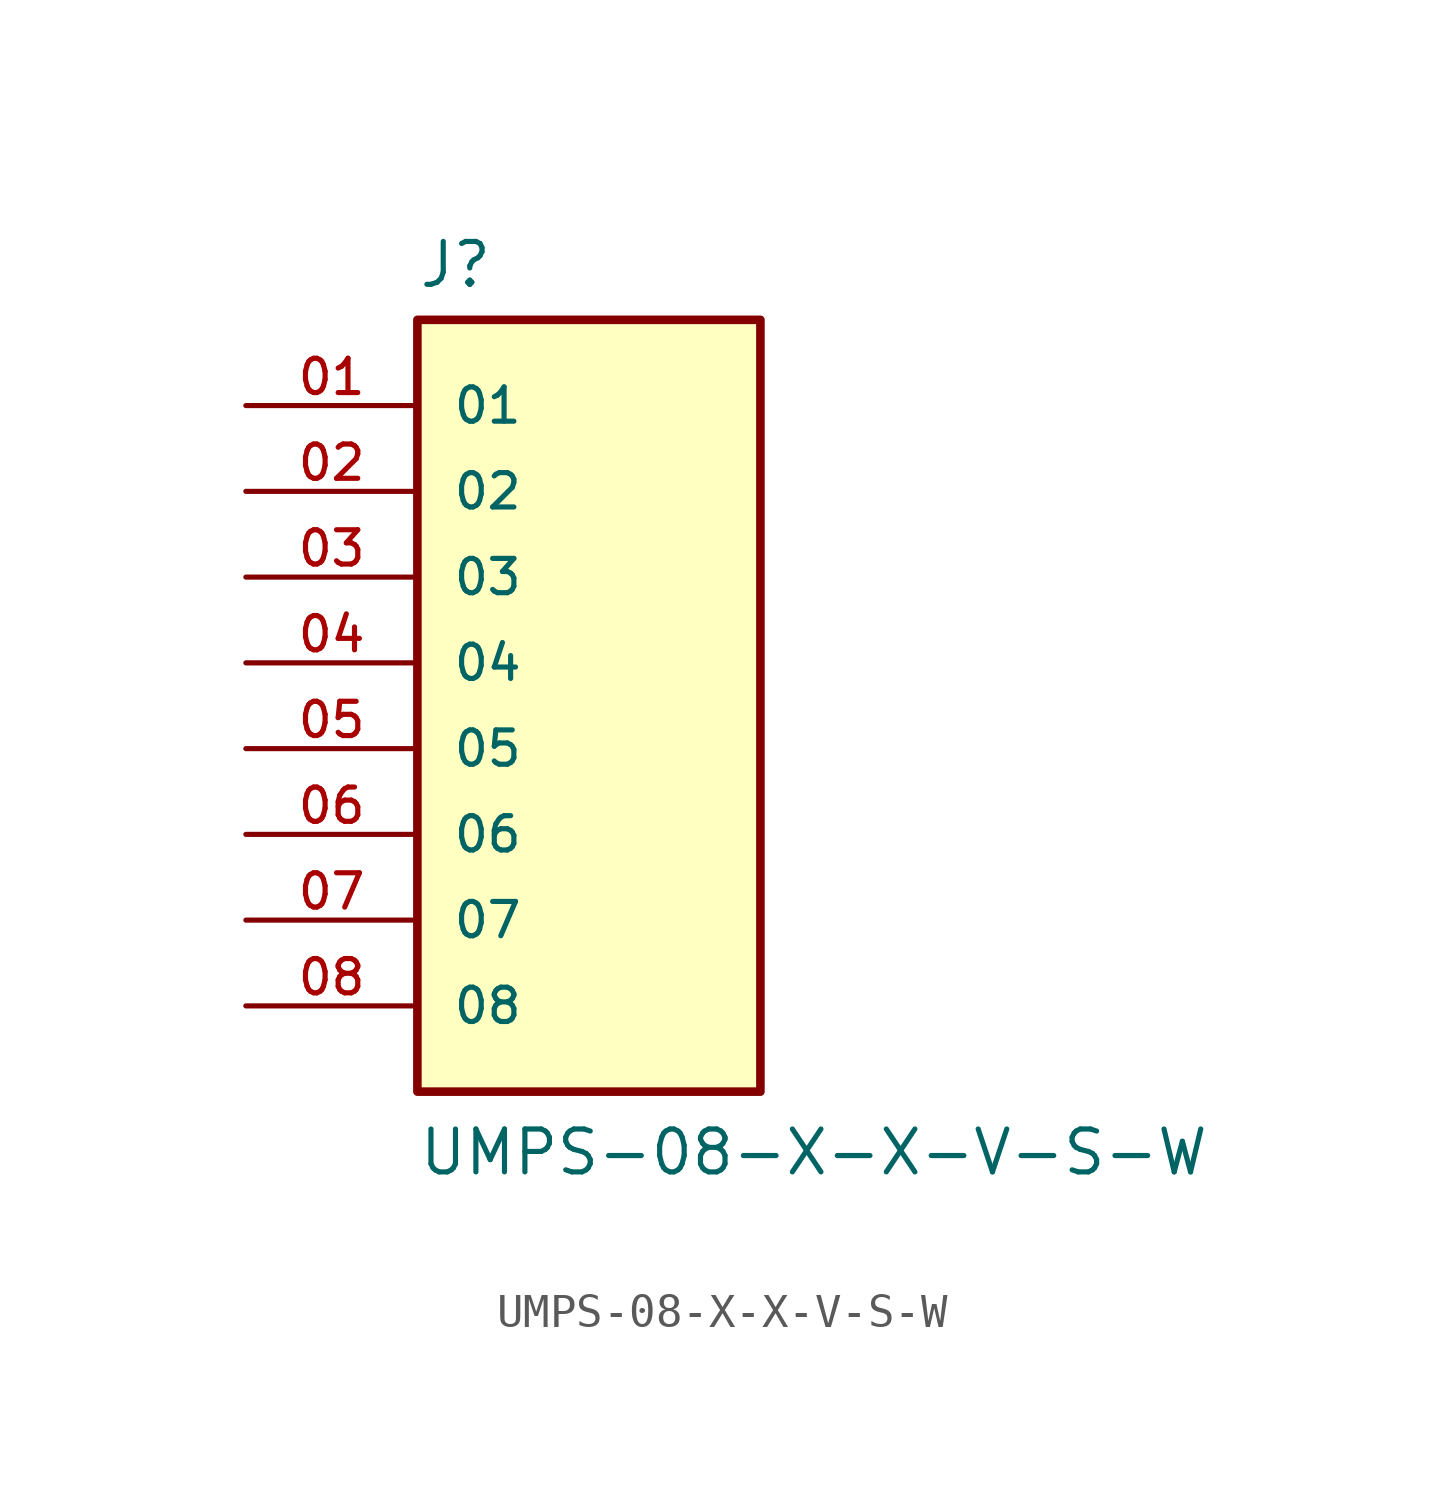
<source format=kicad_sym>
(kicad_symbol_lib
  (version 20211014)
  (generator kicad_symbol_editor)
  (symbol "UMPS-08-X-X-V-S-W"
    (pin_names
      (offset 1.016))
    (property "Reference" "J"
      (at -5.08 11.049 0)
      (effects (font (size 1.27 1.27)) (justify bottom left)))
    (property "Value" "UMPS-08-X-X-V-S-W"
      (at -5.08 -15.24 0)
      (effects (font (size 1.27 1.27)) (justify bottom left)))
    (symbol "UMPS-08-X-X-V-S-W_0_0"
      (rectangle (start -5.08 -12.7) (end 5.08 10.16) (stroke (width 0.254)) (fill (type background)))
      (pin passive line (at -10.16 7.62 0) (length 5.08) (name "01" (effects (font (size 1.016 1.016)))) (number "01" (effects (font (size 1.016 1.016)))))
      (pin passive line (at -10.16 5.08 0) (length 5.08) (name "02" (effects (font (size 1.016 1.016)))) (number "02" (effects (font (size 1.016 1.016)))))
      (pin passive line (at -10.16 2.54 0) (length 5.08) (name "03" (effects (font (size 1.016 1.016)))) (number "03" (effects (font (size 1.016 1.016)))))
      (pin passive line (at -10.16 0.0 0) (length 5.08) (name "04" (effects (font (size 1.016 1.016)))) (number "04" (effects (font (size 1.016 1.016)))))
      (pin passive line (at -10.16 -2.54 0) (length 5.08) (name "05" (effects (font (size 1.016 1.016)))) (number "05" (effects (font (size 1.016 1.016)))))
      (pin passive line (at -10.16 -5.08 0) (length 5.08) (name "06" (effects (font (size 1.016 1.016)))) (number "06" (effects (font (size 1.016 1.016)))))
      (pin passive line (at -10.16 -7.62 0) (length 5.08) (name "07" (effects (font (size 1.016 1.016)))) (number "07" (effects (font (size 1.016 1.016)))))
      (pin passive line (at -10.16 -10.16 0) (length 5.08) (name "08" (effects (font (size 1.016 1.016)))) (number "08" (effects (font (size 1.016 1.016))))))))
</source>
